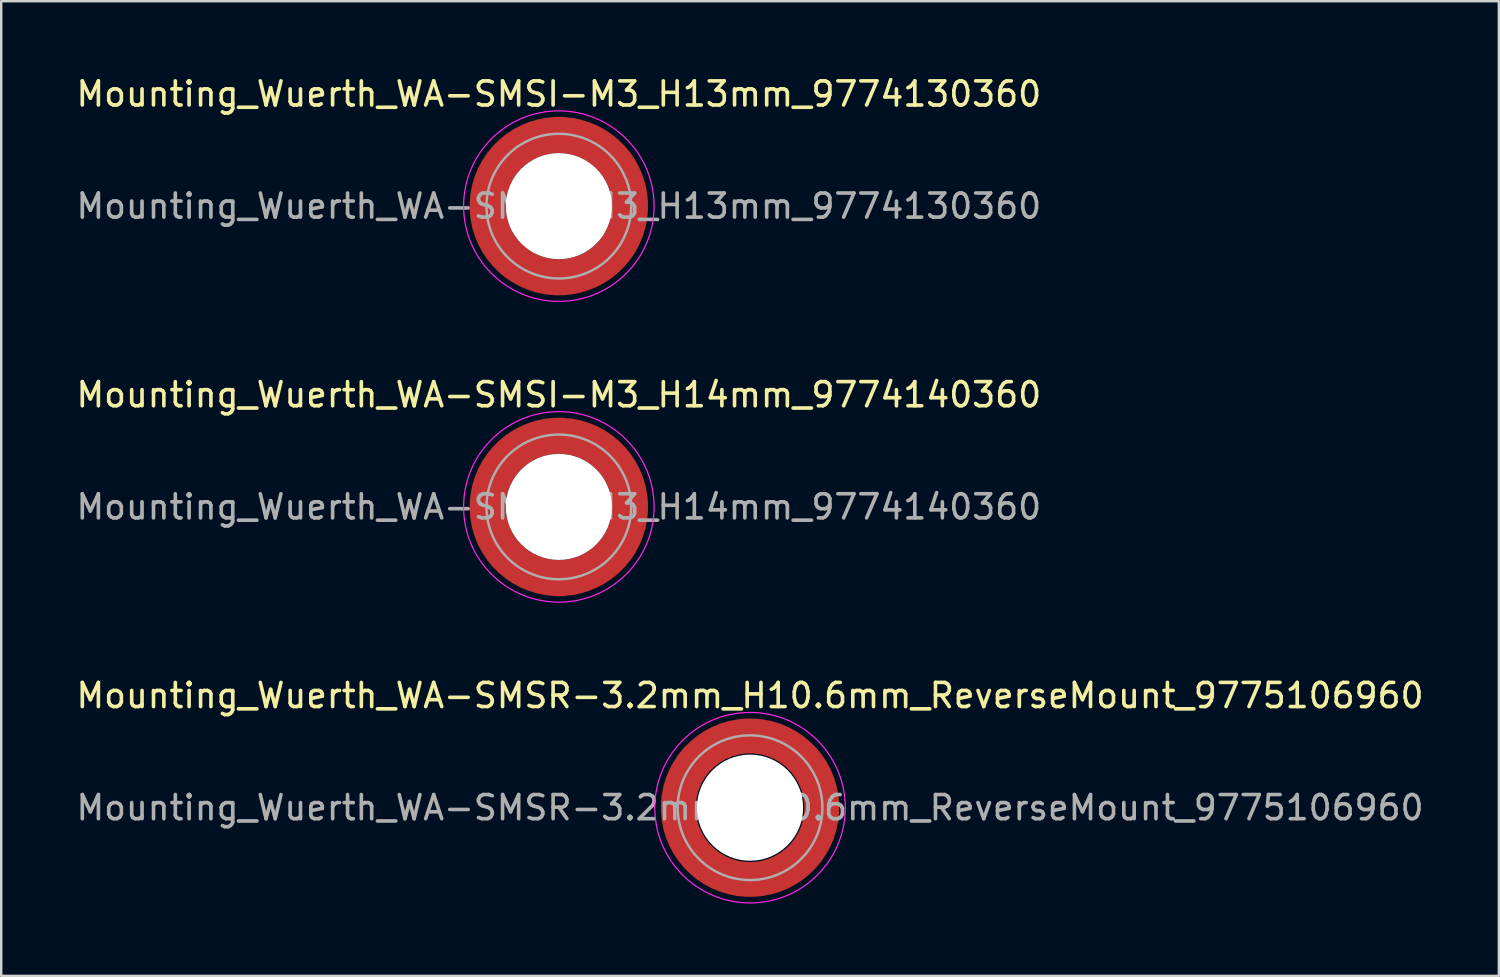
<source format=kicad_pcb>
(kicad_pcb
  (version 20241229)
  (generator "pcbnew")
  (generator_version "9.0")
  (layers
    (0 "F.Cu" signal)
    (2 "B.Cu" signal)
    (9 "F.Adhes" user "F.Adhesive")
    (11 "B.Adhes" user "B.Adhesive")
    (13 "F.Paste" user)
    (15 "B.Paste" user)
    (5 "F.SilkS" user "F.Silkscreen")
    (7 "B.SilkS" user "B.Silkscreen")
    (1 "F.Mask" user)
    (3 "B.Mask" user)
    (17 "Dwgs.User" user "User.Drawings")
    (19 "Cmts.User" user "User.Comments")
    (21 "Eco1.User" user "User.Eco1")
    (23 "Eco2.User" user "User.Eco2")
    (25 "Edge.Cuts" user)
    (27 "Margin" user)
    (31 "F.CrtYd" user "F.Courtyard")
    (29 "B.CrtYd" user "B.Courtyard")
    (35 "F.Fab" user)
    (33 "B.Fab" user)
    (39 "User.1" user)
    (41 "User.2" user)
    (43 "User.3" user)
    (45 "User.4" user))
  (footprint "Mounting_Wuerth_WA-SMSR-3.2mm_H10.6mm_ReverseMount_9775106960"
    (layer "F.Cu")
    (at 28.054 30.445)
    (property "Reference" "Mounting_Wuerth_WA-SMSR-3.2mm_H10.6mm_ReverseMount_9775106960" (at 0 -4.65 0) (layer "F.SilkS") (effects (font (size 1 1) (thickness 0.15))))
    (attr smd)
    (fp_circle (center 0 0) (end 3.95 0) (stroke (width 0.05) (type solid)) (fill no) (layer "F.CrtYd"))
    (fp_circle (center 0 0) (end 3 0) (stroke (width 0.1) (type solid)) (fill no) (layer "F.Fab"))
    (fp_text user "${REFERENCE}" (at 0 0 0) (layer "F.Fab") (effects (font (size 1 1) (thickness 0.15))))
    (pad "" smd custom (at -2.095 -2.095) (size 0.945 0.945) (layers "F.Paste") (options (anchor circle)) (primitives (gr_arc (start -0.24231 1.594804) (mid 0.404104 0.405534) (end 1.592827 -0.241886) (width 0.2)) (gr_arc (start -0.3398 1.594804) (mid 0.335987 0.338711) (end 1.591031 -0.339022) (width 0.2)) (gr_arc (start -0.437132 1.594804) (mid 0.268952 0.270807) (end 1.592231 -0.436623) (width 0.2)) (gr_arc (start -0.534324 1.594804) (mid 0.201345 0.203474) (end 1.591846 -0.53376) (width 0.2)) (gr_arc (start -0.631391 1.594804) (mid 0.134696 0.135183) (end 1.594126 -0.631267) (width 0.2)) (gr_arc (start -0.728345 1.594804) (mid 0.067234 0.067705) (end 1.594149 -0.728229) (width 0.2)) (gr_arc (start -0.825197 1.594804) (mid -0.001218 0.001219) (end 1.591408 -0.824614) (width 0.2)) (gr_arc (start -0.921958 1.594804) (mid -0.068952 -0.065985) (end 1.590665 -0.921269) (width 0.2)) (gr_arc (start -1.018637 1.594804) (mid -0.135972 -0.133907) (end 1.59192 -1.018172) (width 0.2)) (gr_arc (start -1.115239 1.594804) (mid -0.20428 -0.200537) (end 1.589574 -1.11442) (width 0.2)) (gr_arc (start -1.211773 1.594804) (mid -0.26993 -0.269828) (end 1.594662 -1.211751) (width 0.2)) (gr_arc (start -1.308244 1.594804) (mid -0.33911 -0.335587) (end 1.589875 -1.307516) (width 0.2)) (gr_arc (start -1.404657 1.594804) (mid -0.405633 -0.404004) (end 1.592524 -1.404331) (width 0.2)) (gr_arc (start -1.404657 1.594804) (mid -0.405633 -0.404004) (end 1.592524 -1.404331) (width 0.2)) (gr_line (start 1.595 -0.242) (end 1.595 -1.405) (width 0.2)) (gr_line (start -0.242 1.595) (end -1.405 1.595) (width 0.2))))
    (pad "" smd custom (at -2.095 2.095) (size 0.945 0.945) (layers "F.Paste") (options (anchor circle)) (primitives (gr_arc (start 1.594804 0.24231) (mid 0.405534 -0.404104) (end -0.241886 -1.592827) (width 0.2)) (gr_arc (start 1.594804 0.3398) (mid 0.338711 -0.335987) (end -0.339022 -1.591031) (width 0.2)) (gr_arc (start 1.594804 0.437132) (mid 0.270807 -0.268952) (end -0.436623 -1.592231) (width 0.2)) (gr_arc (start 1.594804 0.534324) (mid 0.203474 -0.201345) (end -0.53376 -1.591846) (width 0.2)) (gr_arc (start 1.594804 0.631391) (mid 0.135183 -0.134696) (end -0.631267 -1.594126) (width 0.2)) (gr_arc (start 1.594804 0.728345) (mid 0.067705 -0.067234) (end -0.728229 -1.594149) (width 0.2)) (gr_arc (start 1.594804 0.825197) (mid 0.001219 0.001218) (end -0.824614 -1.591408) (width 0.2)) (gr_arc (start 1.594804 0.921958) (mid -0.065985 0.068952) (end -0.921269 -1.590665) (width 0.2)) (gr_arc (start 1.594804 1.018637) (mid -0.133907 0.135972) (end -1.018172 -1.59192) (width 0.2)) (gr_arc (start 1.594804 1.115239) (mid -0.200537 0.20428) (end -1.11442 -1.589574) (width 0.2)) (gr_arc (start 1.594804 1.211773) (mid -0.269828 0.26993) (end -1.211751 -1.594662) (width 0.2)) (gr_arc (start 1.594804 1.308244) (mid -0.335587 0.33911) (end -1.307516 -1.589875) (width 0.2)) (gr_arc (start 1.594804 1.404657) (mid -0.404004 0.405633) (end -1.404331 -1.592524) (width 0.2)) (gr_arc (start 1.594804 1.404657) (mid -0.404004 0.405633) (end -1.404331 -1.592524) (width 0.2)) (gr_line (start -0.242 -1.595) (end -1.405 -1.595) (width 0.2)) (gr_line (start 1.595 0.242) (end 1.595 1.405) (width 0.2))))
    (pad "" np_thru_hole circle (at 0 0) (size 4.4 4.4) (drill 4.4) (layers "*.Cu" "*.Mask"))
    (pad "" smd custom (at 2.095 -2.095) (size 0.945 0.945) (layers "F.Paste") (options (anchor circle)) (primitives (gr_arc (start -1.594804 -0.24231) (mid -0.405534 0.404104) (end 0.241886 1.592827) (width 0.2)) (gr_arc (start -1.594804 -0.3398) (mid -0.338711 0.335987) (end 0.339022 1.591031) (width 0.2)) (gr_arc (start -1.594804 -0.437132) (mid -0.270807 0.268952) (end 0.436623 1.592231) (width 0.2)) (gr_arc (start -1.594804 -0.534324) (mid -0.203474 0.201345) (end 0.53376 1.591846) (width 0.2)) (gr_arc (start -1.594804 -0.631391) (mid -0.135183 0.134696) (end 0.631267 1.594126) (width 0.2)) (gr_arc (start -1.594804 -0.728345) (mid -0.067705 0.067234) (end 0.728229 1.594149) (width 0.2)) (gr_arc (start -1.594804 -0.825197) (mid -0.001219 -0.001218) (end 0.824614 1.591408) (width 0.2)) (gr_arc (start -1.594804 -0.921958) (mid 0.065985 -0.068952) (end 0.921269 1.590665) (width 0.2)) (gr_arc (start -1.594804 -1.018637) (mid 0.133907 -0.135972) (end 1.018172 1.59192) (width 0.2)) (gr_arc (start -1.594804 -1.115239) (mid 0.200537 -0.20428) (end 1.11442 1.589574) (width 0.2)) (gr_arc (start -1.594804 -1.211773) (mid 0.269828 -0.26993) (end 1.211751 1.594662) (width 0.2)) (gr_arc (start -1.594804 -1.308244) (mid 0.335587 -0.33911) (end 1.307516 1.589875) (width 0.2)) (gr_arc (start -1.594804 -1.404657) (mid 0.404004 -0.405633) (end 1.404331 1.592524) (width 0.2)) (gr_arc (start -1.594804 -1.404657) (mid 0.404004 -0.405633) (end 1.404331 1.592524) (width 0.2)) (gr_line (start 0.242 1.595) (end 1.405 1.595) (width 0.2)) (gr_line (start -1.595 -0.242) (end -1.595 -1.405) (width 0.2))))
    (pad "" smd custom (at 2.095 2.095) (size 0.945 0.945) (layers "F.Paste") (options (anchor circle)) (primitives (gr_arc (start 0.24231 -1.594804) (mid -0.404104 -0.405534) (end -1.592827 0.241886) (width 0.2)) (gr_arc (start 0.3398 -1.594804) (mid -0.335987 -0.338711) (end -1.591031 0.339022) (width 0.2)) (gr_arc (start 0.437132 -1.594804) (mid -0.268952 -0.270807) (end -1.592231 0.436623) (width 0.2)) (gr_arc (start 0.534324 -1.594804) (mid -0.201345 -0.203474) (end -1.591846 0.53376) (width 0.2)) (gr_arc (start 0.631391 -1.594804) (mid -0.134696 -0.135183) (end -1.594126 0.631267) (width 0.2)) (gr_arc (start 0.728345 -1.594804) (mid -0.067234 -0.067705) (end -1.594149 0.728229) (width 0.2)) (gr_arc (start 0.825197 -1.594804) (mid 0.001218 -0.001219) (end -1.591408 0.824614) (width 0.2)) (gr_arc (start 0.921958 -1.594804) (mid 0.068952 0.065985) (end -1.590665 0.921269) (width 0.2)) (gr_arc (start 1.018637 -1.594804) (mid 0.135972 0.133907) (end -1.59192 1.018172) (width 0.2)) (gr_arc (start 1.115239 -1.594804) (mid 0.20428 0.200537) (end -1.589574 1.11442) (width 0.2)) (gr_arc (start 1.211773 -1.594804) (mid 0.26993 0.269828) (end -1.594662 1.211751) (width 0.2)) (gr_arc (start 1.308244 -1.594804) (mid 0.33911 0.335587) (end -1.589875 1.307516) (width 0.2)) (gr_arc (start 1.404657 -1.594804) (mid 0.405633 0.404004) (end -1.592524 1.404331) (width 0.2)) (gr_arc (start 1.404657 -1.594804) (mid 0.405633 0.404004) (end -1.592524 1.404331) (width 0.2)) (gr_line (start -1.595 0.242) (end -1.595 1.405) (width 0.2)) (gr_line (start 0.242 -1.595) (end 1.405 -1.595) (width 0.2))))
    (pad "1" smd circle (at -2.975 0) (size 1.05 1.05) (layers "F.Cu"))
    (pad "1" smd circle (at 0 -2.975) (size 1.05 1.05) (layers "F.Cu"))
    (pad "1" smd circle (at 0 2.975) (size 1.05 1.05) (layers "F.Cu"))
    (pad "1" smd custom (at 2.975 0) (size 1.05 1.05) (layers "F.Cu" "F.Mask") (options (anchor circle)) (primitives (gr_circle (center -2.975 0) (end 0 0) (width 1.45) (fill no)))))
  (footprint "Mounting_Wuerth_WA-SMSI-M3_H13mm_9774130360"
    (layer "F.Cu")
    (at 20.125 5.498)
    (property "Reference" "Mounting_Wuerth_WA-SMSI-M3_H13mm_9774130360" (at 0 -4.65 0) (layer "F.SilkS") (effects (font (size 1 1) (thickness 0.15))))
    (attr smd)
    (fp_circle (center 0 0) (end 3.95 0) (stroke (width 0.05) (type solid)) (fill no) (layer "F.CrtYd"))
    (fp_circle (center 0 0) (end 3 0) (stroke (width 0.1) (type solid)) (fill no) (layer "F.Fab"))
    (fp_text user "${REFERENCE}" (at 0 0 0) (layer "F.Fab") (effects (font (size 1 1) (thickness 0.15))))
    (pad "" smd custom (at -2.058 -2.058) (size 0.7 0.7) (layers "F.Paste") (options (anchor circle)) (primitives (gr_arc (start -0.377294 1.707681) (mid 0.317579 0.318817) (end 1.705947 -0.377044) (width 0.2)) (gr_arc (start -0.478281 1.707681) (mid 0.246161 0.248814) (end 1.703965 -0.477765) (width 0.2)) (gr_arc (start -0.579192 1.707681) (mid 0.175492 0.178063) (end 1.704077 -0.578711) (width 0.2)) (gr_arc (start -0.680037 1.707681) (mid 0.105568 0.106564) (end 1.706284 -0.679858) (width 0.2)) (gr_arc (start -0.780822 1.707681) (mid 0.034627 0.036085) (end 1.705634 -0.780569) (width 0.2)) (gr_arc (start -0.881554 1.707681) (mid -0.035694 -0.035016) (end 1.706729 -0.881441) (width 0.2)) (gr_arc (start -0.982237 1.707681) (mid -0.107281 -0.10485) (end 1.704266 -0.981842) (width 0.2)) (gr_arc (start -1.082877 1.707681) (mid -0.178372 -0.175181) (end 1.703197 -1.082374) (width 0.2)) (gr_arc (start -1.183476 1.707681) (mid -0.248964 -0.246008) (end 1.703525 -1.183025) (width 0.2)) (gr_arc (start -1.28404 1.707681) (mid -0.319062 -0.317333) (end 1.70525 -1.283784) (width 0.2)) (gr_line (start 1.708 -0.377) (end 1.708 -1.284) (width 0.2)) (gr_line (start -0.377 1.708) (end -1.284 1.708) (width 0.2))))
    (pad "" smd custom (at -2.058 2.058) (size 0.7 0.7) (layers "F.Paste") (options (anchor circle)) (primitives (gr_arc (start 1.707681 0.377294) (mid 0.318817 -0.317579) (end -0.377044 -1.705947) (width 0.2)) (gr_arc (start 1.707681 0.478281) (mid 0.248814 -0.246161) (end -0.477765 -1.703965) (width 0.2)) (gr_arc (start 1.707681 0.579192) (mid 0.178063 -0.175492) (end -0.578711 -1.704077) (width 0.2)) (gr_arc (start 1.707681 0.680037) (mid 0.106564 -0.105568) (end -0.679858 -1.706284) (width 0.2)) (gr_arc (start 1.707681 0.780822) (mid 0.036085 -0.034627) (end -0.780569 -1.705634) (width 0.2)) (gr_arc (start 1.707681 0.881554) (mid -0.035016 0.035694) (end -0.881441 -1.706729) (width 0.2)) (gr_arc (start 1.707681 0.982237) (mid -0.10485 0.107281) (end -0.981842 -1.704266) (width 0.2)) (gr_arc (start 1.707681 1.082877) (mid -0.175181 0.178372) (end -1.082374 -1.703197) (width 0.2)) (gr_arc (start 1.707681 1.183476) (mid -0.246008 0.248964) (end -1.183025 -1.703525) (width 0.2)) (gr_arc (start 1.707681 1.28404) (mid -0.317333 0.319062) (end -1.283784 -1.70525) (width 0.2)) (gr_line (start -0.377 -1.708) (end -1.284 -1.708) (width 0.2)) (gr_line (start 1.708 0.377) (end 1.708 1.284) (width 0.2))))
    (pad "" np_thru_hole circle (at 0 0) (size 4.4 4.4) (drill 4.4) (layers "*.Cu" "*.Mask"))
    (pad "" smd custom (at 2.058 -2.058) (size 0.7 0.7) (layers "F.Paste") (options (anchor circle)) (primitives (gr_arc (start -1.707681 -0.377294) (mid -0.318817 0.317579) (end 0.377044 1.705947) (width 0.2)) (gr_arc (start -1.707681 -0.478281) (mid -0.248814 0.246161) (end 0.477765 1.703965) (width 0.2)) (gr_arc (start -1.707681 -0.579192) (mid -0.178063 0.175492) (end 0.578711 1.704077) (width 0.2)) (gr_arc (start -1.707681 -0.680037) (mid -0.106564 0.105568) (end 0.679858 1.706284) (width 0.2)) (gr_arc (start -1.707681 -0.780822) (mid -0.036085 0.034627) (end 0.780569 1.705634) (width 0.2)) (gr_arc (start -1.707681 -0.881554) (mid 0.035016 -0.035694) (end 0.881441 1.706729) (width 0.2)) (gr_arc (start -1.707681 -0.982237) (mid 0.10485 -0.107281) (end 0.981842 1.704266) (width 0.2)) (gr_arc (start -1.707681 -1.082877) (mid 0.175181 -0.178372) (end 1.082374 1.703197) (width 0.2)) (gr_arc (start -1.707681 -1.183476) (mid 0.246008 -0.248964) (end 1.183025 1.703525) (width 0.2)) (gr_arc (start -1.707681 -1.28404) (mid 0.317333 -0.319062) (end 1.283784 1.70525) (width 0.2)) (gr_line (start 0.377 1.708) (end 1.284 1.708) (width 0.2)) (gr_line (start -1.708 -0.377) (end -1.708 -1.284) (width 0.2))))
    (pad "" smd custom (at 2.058 2.058) (size 0.7 0.7) (layers "F.Paste") (options (anchor circle)) (primitives (gr_arc (start 0.377294 -1.707681) (mid -0.317579 -0.318817) (end -1.705947 0.377044) (width 0.2)) (gr_arc (start 0.478281 -1.707681) (mid -0.246161 -0.248814) (end -1.703965 0.477765) (width 0.2)) (gr_arc (start 0.579192 -1.707681) (mid -0.175492 -0.178063) (end -1.704077 0.578711) (width 0.2)) (gr_arc (start 0.680037 -1.707681) (mid -0.105568 -0.106564) (end -1.706284 0.679858) (width 0.2)) (gr_arc (start 0.780822 -1.707681) (mid -0.034627 -0.036085) (end -1.705634 0.780569) (width 0.2)) (gr_arc (start 0.881554 -1.707681) (mid 0.035694 0.035016) (end -1.706729 0.881441) (width 0.2)) (gr_arc (start 0.982237 -1.707681) (mid 0.107281 0.10485) (end -1.704266 0.981842) (width 0.2)) (gr_arc (start 1.082877 -1.707681) (mid 0.178372 0.175181) (end -1.703197 1.082374) (width 0.2)) (gr_arc (start 1.183476 -1.707681) (mid 0.248964 0.246008) (end -1.703525 1.183025) (width 0.2)) (gr_arc (start 1.28404 -1.707681) (mid 0.319062 0.317333) (end -1.70525 1.283784) (width 0.2)) (gr_line (start -1.708 0.377) (end -1.708 1.284) (width 0.2)) (gr_line (start 0.377 -1.708) (end 1.284 -1.708) (width 0.2))))
    (pad "1" smd circle (at -2.95 0) (size 1.1 1.1) (layers "F.Cu"))
    (pad "1" smd circle (at 0 -2.95) (size 1.1 1.1) (layers "F.Cu"))
    (pad "1" smd circle (at 0 2.95) (size 1.1 1.1) (layers "F.Cu"))
    (pad "1" smd custom (at 2.95 0) (size 1.1 1.1) (layers "F.Cu" "F.Mask") (options (anchor circle)) (primitives (gr_circle (center -2.95 0) (end 0 0) (width 1.5) (fill no)))))
  (footprint "Mounting_Wuerth_WA-SMSI-M3_H14mm_9774140360"
    (layer "F.Cu")
    (at 20.125 17.971)
    (property "Reference" "Mounting_Wuerth_WA-SMSI-M3_H14mm_9774140360" (at 0 -4.65 0) (layer "F.SilkS") (effects (font (size 1 1) (thickness 0.15))))
    (attr smd)
    (fp_circle (center 0 0) (end 3.95 0) (stroke (width 0.05) (type solid)) (fill no) (layer "F.CrtYd"))
    (fp_circle (center 0 0) (end 3 0) (stroke (width 0.1) (type solid)) (fill no) (layer "F.Fab"))
    (fp_text user "${REFERENCE}" (at 0 0 0) (layer "F.Fab") (effects (font (size 1 1) (thickness 0.15))))
    (pad "" smd custom (at -2.058 -2.058) (size 0.7 0.7) (layers "F.Paste") (options (anchor circle)) (primitives (gr_arc (start -0.377294 1.707681) (mid 0.317579 0.318817) (end 1.705947 -0.377044) (width 0.2)) (gr_arc (start -0.478281 1.707681) (mid 0.246161 0.248814) (end 1.703965 -0.477765) (width 0.2)) (gr_arc (start -0.579192 1.707681) (mid 0.175492 0.178063) (end 1.704077 -0.578711) (width 0.2)) (gr_arc (start -0.680037 1.707681) (mid 0.105568 0.106564) (end 1.706284 -0.679858) (width 0.2)) (gr_arc (start -0.780822 1.707681) (mid 0.034627 0.036085) (end 1.705634 -0.780569) (width 0.2)) (gr_arc (start -0.881554 1.707681) (mid -0.035694 -0.035016) (end 1.706729 -0.881441) (width 0.2)) (gr_arc (start -0.982237 1.707681) (mid -0.107281 -0.10485) (end 1.704266 -0.981842) (width 0.2)) (gr_arc (start -1.082877 1.707681) (mid -0.178372 -0.175181) (end 1.703197 -1.082374) (width 0.2)) (gr_arc (start -1.183476 1.707681) (mid -0.248964 -0.246008) (end 1.703525 -1.183025) (width 0.2)) (gr_arc (start -1.28404 1.707681) (mid -0.319062 -0.317333) (end 1.70525 -1.283784) (width 0.2)) (gr_line (start 1.708 -0.377) (end 1.708 -1.284) (width 0.2)) (gr_line (start -0.377 1.708) (end -1.284 1.708) (width 0.2))))
    (pad "" smd custom (at -2.058 2.058) (size 0.7 0.7) (layers "F.Paste") (options (anchor circle)) (primitives (gr_arc (start 1.707681 0.377294) (mid 0.318817 -0.317579) (end -0.377044 -1.705947) (width 0.2)) (gr_arc (start 1.707681 0.478281) (mid 0.248814 -0.246161) (end -0.477765 -1.703965) (width 0.2)) (gr_arc (start 1.707681 0.579192) (mid 0.178063 -0.175492) (end -0.578711 -1.704077) (width 0.2)) (gr_arc (start 1.707681 0.680037) (mid 0.106564 -0.105568) (end -0.679858 -1.706284) (width 0.2)) (gr_arc (start 1.707681 0.780822) (mid 0.036085 -0.034627) (end -0.780569 -1.705634) (width 0.2)) (gr_arc (start 1.707681 0.881554) (mid -0.035016 0.035694) (end -0.881441 -1.706729) (width 0.2)) (gr_arc (start 1.707681 0.982237) (mid -0.10485 0.107281) (end -0.981842 -1.704266) (width 0.2)) (gr_arc (start 1.707681 1.082877) (mid -0.175181 0.178372) (end -1.082374 -1.703197) (width 0.2)) (gr_arc (start 1.707681 1.183476) (mid -0.246008 0.248964) (end -1.183025 -1.703525) (width 0.2)) (gr_arc (start 1.707681 1.28404) (mid -0.317333 0.319062) (end -1.283784 -1.70525) (width 0.2)) (gr_line (start -0.377 -1.708) (end -1.284 -1.708) (width 0.2)) (gr_line (start 1.708 0.377) (end 1.708 1.284) (width 0.2))))
    (pad "" np_thru_hole circle (at 0 0) (size 4.4 4.4) (drill 4.4) (layers "*.Cu" "*.Mask"))
    (pad "" smd custom (at 2.058 -2.058) (size 0.7 0.7) (layers "F.Paste") (options (anchor circle)) (primitives (gr_arc (start -1.707681 -0.377294) (mid -0.318817 0.317579) (end 0.377044 1.705947) (width 0.2)) (gr_arc (start -1.707681 -0.478281) (mid -0.248814 0.246161) (end 0.477765 1.703965) (width 0.2)) (gr_arc (start -1.707681 -0.579192) (mid -0.178063 0.175492) (end 0.578711 1.704077) (width 0.2)) (gr_arc (start -1.707681 -0.680037) (mid -0.106564 0.105568) (end 0.679858 1.706284) (width 0.2)) (gr_arc (start -1.707681 -0.780822) (mid -0.036085 0.034627) (end 0.780569 1.705634) (width 0.2)) (gr_arc (start -1.707681 -0.881554) (mid 0.035016 -0.035694) (end 0.881441 1.706729) (width 0.2)) (gr_arc (start -1.707681 -0.982237) (mid 0.10485 -0.107281) (end 0.981842 1.704266) (width 0.2)) (gr_arc (start -1.707681 -1.082877) (mid 0.175181 -0.178372) (end 1.082374 1.703197) (width 0.2)) (gr_arc (start -1.707681 -1.183476) (mid 0.246008 -0.248964) (end 1.183025 1.703525) (width 0.2)) (gr_arc (start -1.707681 -1.28404) (mid 0.317333 -0.319062) (end 1.283784 1.70525) (width 0.2)) (gr_line (start 0.377 1.708) (end 1.284 1.708) (width 0.2)) (gr_line (start -1.708 -0.377) (end -1.708 -1.284) (width 0.2))))
    (pad "" smd custom (at 2.058 2.058) (size 0.7 0.7) (layers "F.Paste") (options (anchor circle)) (primitives (gr_arc (start 0.377294 -1.707681) (mid -0.317579 -0.318817) (end -1.705947 0.377044) (width 0.2)) (gr_arc (start 0.478281 -1.707681) (mid -0.246161 -0.248814) (end -1.703965 0.477765) (width 0.2)) (gr_arc (start 0.579192 -1.707681) (mid -0.175492 -0.178063) (end -1.704077 0.578711) (width 0.2)) (gr_arc (start 0.680037 -1.707681) (mid -0.105568 -0.106564) (end -1.706284 0.679858) (width 0.2)) (gr_arc (start 0.780822 -1.707681) (mid -0.034627 -0.036085) (end -1.705634 0.780569) (width 0.2)) (gr_arc (start 0.881554 -1.707681) (mid 0.035694 0.035016) (end -1.706729 0.881441) (width 0.2)) (gr_arc (start 0.982237 -1.707681) (mid 0.107281 0.10485) (end -1.704266 0.981842) (width 0.2)) (gr_arc (start 1.082877 -1.707681) (mid 0.178372 0.175181) (end -1.703197 1.082374) (width 0.2)) (gr_arc (start 1.183476 -1.707681) (mid 0.248964 0.246008) (end -1.703525 1.183025) (width 0.2)) (gr_arc (start 1.28404 -1.707681) (mid 0.319062 0.317333) (end -1.70525 1.283784) (width 0.2)) (gr_line (start -1.708 0.377) (end -1.708 1.284) (width 0.2)) (gr_line (start 0.377 -1.708) (end 1.284 -1.708) (width 0.2))))
    (pad "1" smd circle (at -2.95 0) (size 1.1 1.1) (layers "F.Cu"))
    (pad "1" smd circle (at 0 -2.95) (size 1.1 1.1) (layers "F.Cu"))
    (pad "1" smd circle (at 0 2.95) (size 1.1 1.1) (layers "F.Cu"))
    (pad "1" smd custom (at 2.95 0) (size 1.1 1.1) (layers "F.Cu" "F.Mask") (options (anchor circle)) (primitives (gr_circle (center -2.95 0) (end 0 0) (width 1.5) (fill no)))))
  (gr_rect
    (start -3 -3)
    (end 59.107 37.42)
    (stroke (width 0.1) (type default))
    (fill no)
    (layer "Edge.Cuts")))
</source>
